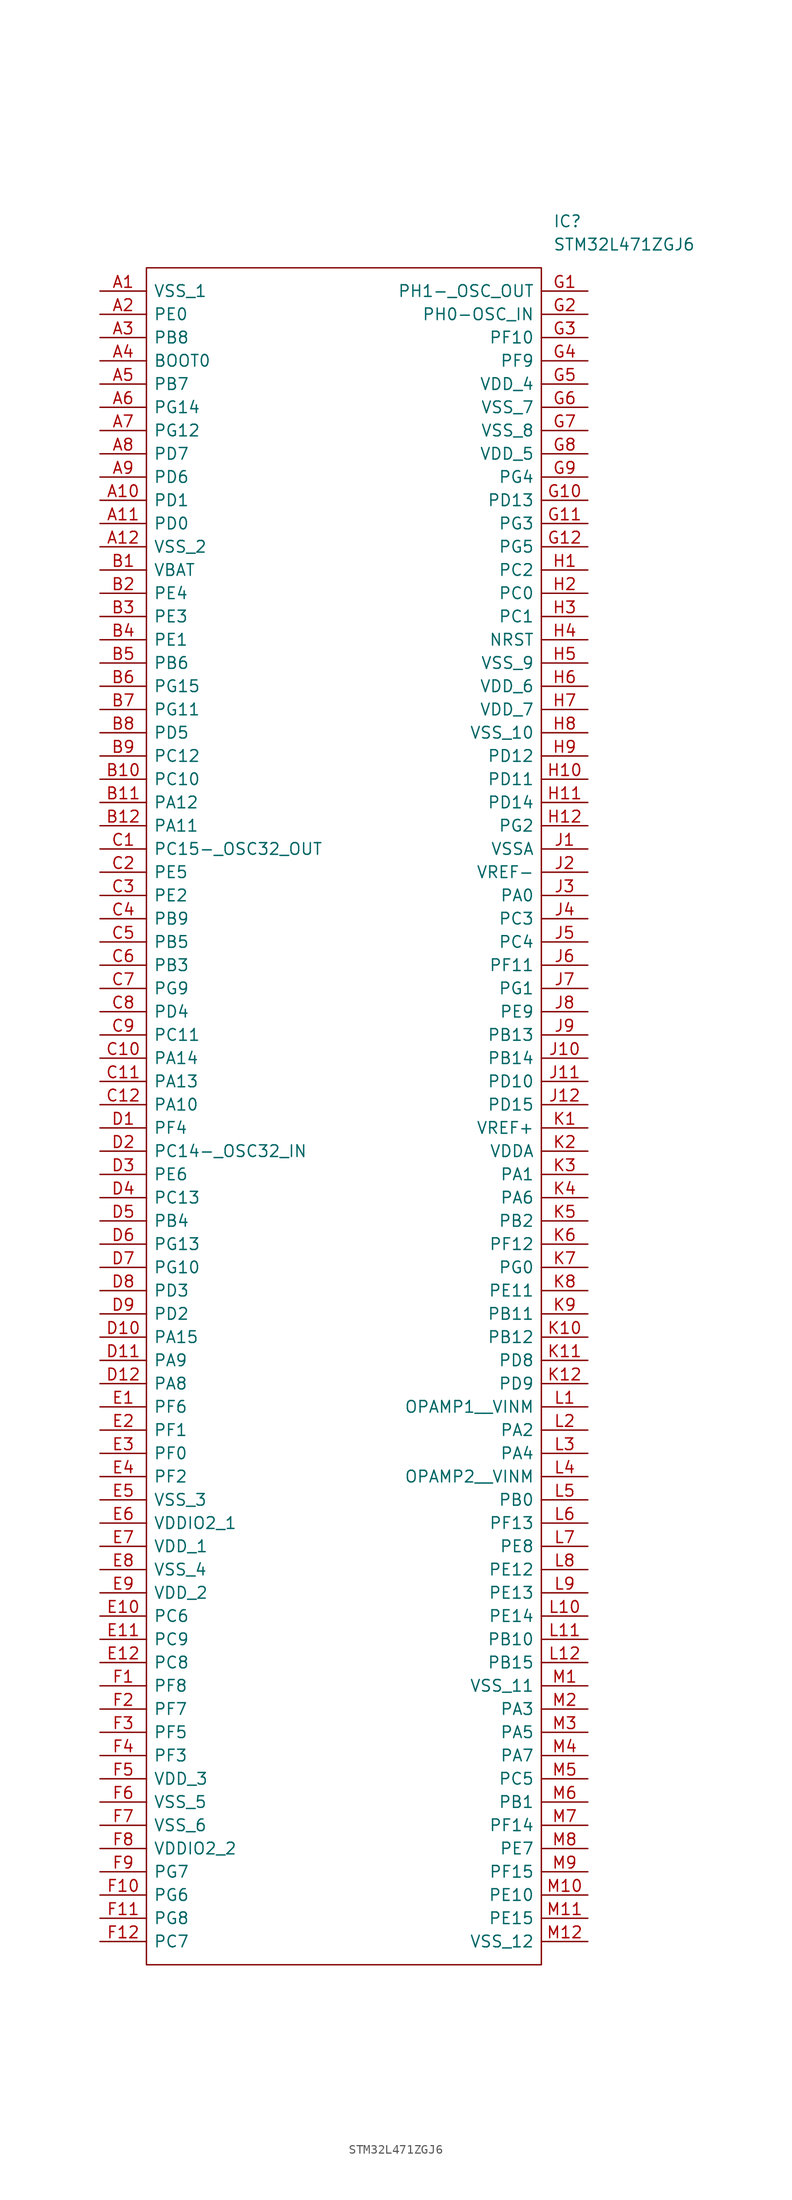
<source format=kicad_sym>
(kicad_symbol_lib
  (version 20211014)
  (generator kicad_symbol_editor)
  (symbol "STM32L471ZGJ6"
    (pin_names
      (offset 0.762))
    (property "Reference" "IC"
      (at 49.53 7.62 0)
      (effects (font (size 1.27 1.27)) (justify left)))
    (property "Value" "STM32L471ZGJ6"
      (at 49.53 5.08 0)
      (effects (font (size 1.27 1.27)) (justify left)))
    (symbol "STM32L471ZGJ6_0_0"
      (pin passive line (at 0 0 0) (length 5.08) (name "VSS_1" (effects (font (size 1.27 1.27)))) (number "A1" (effects (font (size 1.27 1.27)))))
      (pin passive line (at 0 -22.86 0) (length 5.08) (name "PD1" (effects (font (size 1.27 1.27)))) (number "A10" (effects (font (size 1.27 1.27)))))
      (pin passive line (at 0 -25.4 0) (length 5.08) (name "PD0" (effects (font (size 1.27 1.27)))) (number "A11" (effects (font (size 1.27 1.27)))))
      (pin passive line (at 0 -27.94 0) (length 5.08) (name "VSS_2" (effects (font (size 1.27 1.27)))) (number "A12" (effects (font (size 1.27 1.27)))))
      (pin passive line (at 0 -2.54 0) (length 5.08) (name "PE0" (effects (font (size 1.27 1.27)))) (number "A2" (effects (font (size 1.27 1.27)))))
      (pin passive line (at 0 -5.08 0) (length 5.08) (name "PB8" (effects (font (size 1.27 1.27)))) (number "A3" (effects (font (size 1.27 1.27)))))
      (pin passive line (at 0 -7.62 0) (length 5.08) (name "BOOT0" (effects (font (size 1.27 1.27)))) (number "A4" (effects (font (size 1.27 1.27)))))
      (pin passive line (at 0 -10.16 0) (length 5.08) (name "PB7" (effects (font (size 1.27 1.27)))) (number "A5" (effects (font (size 1.27 1.27)))))
      (pin passive line (at 0 -12.7 0) (length 5.08) (name "PG14" (effects (font (size 1.27 1.27)))) (number "A6" (effects (font (size 1.27 1.27)))))
      (pin passive line (at 0 -15.24 0) (length 5.08) (name "PG12" (effects (font (size 1.27 1.27)))) (number "A7" (effects (font (size 1.27 1.27)))))
      (pin passive line (at 0 -17.78 0) (length 5.08) (name "PD7" (effects (font (size 1.27 1.27)))) (number "A8" (effects (font (size 1.27 1.27)))))
      (pin passive line (at 0 -20.32 0) (length 5.08) (name "PD6" (effects (font (size 1.27 1.27)))) (number "A9" (effects (font (size 1.27 1.27)))))
      (pin passive line (at 0 -30.48 0) (length 5.08) (name "VBAT" (effects (font (size 1.27 1.27)))) (number "B1" (effects (font (size 1.27 1.27)))))
      (pin passive line (at 0 -53.34 0) (length 5.08) (name "PC10" (effects (font (size 1.27 1.27)))) (number "B10" (effects (font (size 1.27 1.27)))))
      (pin passive line (at 0 -55.88 0) (length 5.08) (name "PA12" (effects (font (size 1.27 1.27)))) (number "B11" (effects (font (size 1.27 1.27)))))
      (pin passive line (at 0 -58.42 0) (length 5.08) (name "PA11" (effects (font (size 1.27 1.27)))) (number "B12" (effects (font (size 1.27 1.27)))))
      (pin passive line (at 0 -33.02 0) (length 5.08) (name "PE4" (effects (font (size 1.27 1.27)))) (number "B2" (effects (font (size 1.27 1.27)))))
      (pin passive line (at 0 -35.56 0) (length 5.08) (name "PE3" (effects (font (size 1.27 1.27)))) (number "B3" (effects (font (size 1.27 1.27)))))
      (pin passive line (at 0 -38.1 0) (length 5.08) (name "PE1" (effects (font (size 1.27 1.27)))) (number "B4" (effects (font (size 1.27 1.27)))))
      (pin passive line (at 0 -40.64 0) (length 5.08) (name "PB6" (effects (font (size 1.27 1.27)))) (number "B5" (effects (font (size 1.27 1.27)))))
      (pin passive line (at 0 -43.18 0) (length 5.08) (name "PG15" (effects (font (size 1.27 1.27)))) (number "B6" (effects (font (size 1.27 1.27)))))
      (pin passive line (at 0 -45.72 0) (length 5.08) (name "PG11" (effects (font (size 1.27 1.27)))) (number "B7" (effects (font (size 1.27 1.27)))))
      (pin passive line (at 0 -48.26 0) (length 5.08) (name "PD5" (effects (font (size 1.27 1.27)))) (number "B8" (effects (font (size 1.27 1.27)))))
      (pin passive line (at 0 -50.8 0) (length 5.08) (name "PC12" (effects (font (size 1.27 1.27)))) (number "B9" (effects (font (size 1.27 1.27)))))
      (pin passive line (at 0 -60.96 0) (length 5.08) (name "PC15-_OSC32_OUT" (effects (font (size 1.27 1.27)))) (number "C1" (effects (font (size 1.27 1.27)))))
      (pin passive line (at 0 -83.82 0) (length 5.08) (name "PA14" (effects (font (size 1.27 1.27)))) (number "C10" (effects (font (size 1.27 1.27)))))
      (pin passive line (at 0 -86.36 0) (length 5.08) (name "PA13" (effects (font (size 1.27 1.27)))) (number "C11" (effects (font (size 1.27 1.27)))))
      (pin passive line (at 0 -88.9 0) (length 5.08) (name "PA10" (effects (font (size 1.27 1.27)))) (number "C12" (effects (font (size 1.27 1.27)))))
      (pin passive line (at 0 -63.5 0) (length 5.08) (name "PE5" (effects (font (size 1.27 1.27)))) (number "C2" (effects (font (size 1.27 1.27)))))
      (pin passive line (at 0 -66.04 0) (length 5.08) (name "PE2" (effects (font (size 1.27 1.27)))) (number "C3" (effects (font (size 1.27 1.27)))))
      (pin passive line (at 0 -68.58 0) (length 5.08) (name "PB9" (effects (font (size 1.27 1.27)))) (number "C4" (effects (font (size 1.27 1.27)))))
      (pin passive line (at 0 -71.12 0) (length 5.08) (name "PB5" (effects (font (size 1.27 1.27)))) (number "C5" (effects (font (size 1.27 1.27)))))
      (pin passive line (at 0 -73.66 0) (length 5.08) (name "PB3" (effects (font (size 1.27 1.27)))) (number "C6" (effects (font (size 1.27 1.27)))))
      (pin passive line (at 0 -76.2 0) (length 5.08) (name "PG9" (effects (font (size 1.27 1.27)))) (number "C7" (effects (font (size 1.27 1.27)))))
      (pin passive line (at 0 -78.74 0) (length 5.08) (name "PD4" (effects (font (size 1.27 1.27)))) (number "C8" (effects (font (size 1.27 1.27)))))
      (pin passive line (at 0 -81.28 0) (length 5.08) (name "PC11" (effects (font (size 1.27 1.27)))) (number "C9" (effects (font (size 1.27 1.27)))))
      (pin passive line (at 0 -91.44 0) (length 5.08) (name "PF4" (effects (font (size 1.27 1.27)))) (number "D1" (effects (font (size 1.27 1.27)))))
      (pin passive line (at 0 -114.3 0) (length 5.08) (name "PA15" (effects (font (size 1.27 1.27)))) (number "D10" (effects (font (size 1.27 1.27)))))
      (pin passive line (at 0 -116.84 0) (length 5.08) (name "PA9" (effects (font (size 1.27 1.27)))) (number "D11" (effects (font (size 1.27 1.27)))))
      (pin passive line (at 0 -119.38 0) (length 5.08) (name "PA8" (effects (font (size 1.27 1.27)))) (number "D12" (effects (font (size 1.27 1.27)))))
      (pin passive line (at 0 -93.98 0) (length 5.08) (name "PC14-_OSC32_IN" (effects (font (size 1.27 1.27)))) (number "D2" (effects (font (size 1.27 1.27)))))
      (pin passive line (at 0 -96.52 0) (length 5.08) (name "PE6" (effects (font (size 1.27 1.27)))) (number "D3" (effects (font (size 1.27 1.27)))))
      (pin passive line (at 0 -99.06 0) (length 5.08) (name "PC13" (effects (font (size 1.27 1.27)))) (number "D4" (effects (font (size 1.27 1.27)))))
      (pin passive line (at 0 -101.6 0) (length 5.08) (name "PB4" (effects (font (size 1.27 1.27)))) (number "D5" (effects (font (size 1.27 1.27)))))
      (pin passive line (at 0 -104.14 0) (length 5.08) (name "PG13" (effects (font (size 1.27 1.27)))) (number "D6" (effects (font (size 1.27 1.27)))))
      (pin passive line (at 0 -106.68 0) (length 5.08) (name "PG10" (effects (font (size 1.27 1.27)))) (number "D7" (effects (font (size 1.27 1.27)))))
      (pin passive line (at 0 -109.22 0) (length 5.08) (name "PD3" (effects (font (size 1.27 1.27)))) (number "D8" (effects (font (size 1.27 1.27)))))
      (pin passive line (at 0 -111.76 0) (length 5.08) (name "PD2" (effects (font (size 1.27 1.27)))) (number "D9" (effects (font (size 1.27 1.27)))))
      (pin passive line (at 0 -121.92 0) (length 5.08) (name "PF6" (effects (font (size 1.27 1.27)))) (number "E1" (effects (font (size 1.27 1.27)))))
      (pin passive line (at 0 -144.78 0) (length 5.08) (name "PC6" (effects (font (size 1.27 1.27)))) (number "E10" (effects (font (size 1.27 1.27)))))
      (pin passive line (at 0 -147.32 0) (length 5.08) (name "PC9" (effects (font (size 1.27 1.27)))) (number "E11" (effects (font (size 1.27 1.27)))))
      (pin passive line (at 0 -149.86 0) (length 5.08) (name "PC8" (effects (font (size 1.27 1.27)))) (number "E12" (effects (font (size 1.27 1.27)))))
      (pin passive line (at 0 -124.46 0) (length 5.08) (name "PF1" (effects (font (size 1.27 1.27)))) (number "E2" (effects (font (size 1.27 1.27)))))
      (pin passive line (at 0 -127 0) (length 5.08) (name "PF0" (effects (font (size 1.27 1.27)))) (number "E3" (effects (font (size 1.27 1.27)))))
      (pin passive line (at 0 -129.54 0) (length 5.08) (name "PF2" (effects (font (size 1.27 1.27)))) (number "E4" (effects (font (size 1.27 1.27)))))
      (pin passive line (at 0 -132.08 0) (length 5.08) (name "VSS_3" (effects (font (size 1.27 1.27)))) (number "E5" (effects (font (size 1.27 1.27)))))
      (pin passive line (at 0 -134.62 0) (length 5.08) (name "VDDIO2_1" (effects (font (size 1.27 1.27)))) (number "E6" (effects (font (size 1.27 1.27)))))
      (pin passive line (at 0 -137.16 0) (length 5.08) (name "VDD_1" (effects (font (size 1.27 1.27)))) (number "E7" (effects (font (size 1.27 1.27)))))
      (pin passive line (at 0 -139.7 0) (length 5.08) (name "VSS_4" (effects (font (size 1.27 1.27)))) (number "E8" (effects (font (size 1.27 1.27)))))
      (pin passive line (at 0 -142.24 0) (length 5.08) (name "VDD_2" (effects (font (size 1.27 1.27)))) (number "E9" (effects (font (size 1.27 1.27)))))
      (pin passive line (at 0 -152.4 0) (length 5.08) (name "PF8" (effects (font (size 1.27 1.27)))) (number "F1" (effects (font (size 1.27 1.27)))))
      (pin passive line (at 0 -175.26 0) (length 5.08) (name "PG6" (effects (font (size 1.27 1.27)))) (number "F10" (effects (font (size 1.27 1.27)))))
      (pin passive line (at 0 -177.8 0) (length 5.08) (name "PG8" (effects (font (size 1.27 1.27)))) (number "F11" (effects (font (size 1.27 1.27)))))
      (pin passive line (at 0 -180.34 0) (length 5.08) (name "PC7" (effects (font (size 1.27 1.27)))) (number "F12" (effects (font (size 1.27 1.27)))))
      (pin passive line (at 0 -154.94 0) (length 5.08) (name "PF7" (effects (font (size 1.27 1.27)))) (number "F2" (effects (font (size 1.27 1.27)))))
      (pin passive line (at 0 -157.48 0) (length 5.08) (name "PF5" (effects (font (size 1.27 1.27)))) (number "F3" (effects (font (size 1.27 1.27)))))
      (pin passive line (at 0 -160.02 0) (length 5.08) (name "PF3" (effects (font (size 1.27 1.27)))) (number "F4" (effects (font (size 1.27 1.27)))))
      (pin passive line (at 0 -162.56 0) (length 5.08) (name "VDD_3" (effects (font (size 1.27 1.27)))) (number "F5" (effects (font (size 1.27 1.27)))))
      (pin passive line (at 0 -165.1 0) (length 5.08) (name "VSS_5" (effects (font (size 1.27 1.27)))) (number "F6" (effects (font (size 1.27 1.27)))))
      (pin passive line (at 0 -167.64 0) (length 5.08) (name "VSS_6" (effects (font (size 1.27 1.27)))) (number "F7" (effects (font (size 1.27 1.27)))))
      (pin passive line (at 0 -170.18 0) (length 5.08) (name "VDDIO2_2" (effects (font (size 1.27 1.27)))) (number "F8" (effects (font (size 1.27 1.27)))))
      (pin passive line (at 0 -172.72 0) (length 5.08) (name "PG7" (effects (font (size 1.27 1.27)))) (number "F9" (effects (font (size 1.27 1.27)))))
      (pin passive line (at 53.34 0 180) (length 5.08) (name "PH1-_OSC_OUT" (effects (font (size 1.27 1.27)))) (number "G1" (effects (font (size 1.27 1.27)))))
      (pin passive line (at 53.34 -22.86 180) (length 5.08) (name "PD13" (effects (font (size 1.27 1.27)))) (number "G10" (effects (font (size 1.27 1.27)))))
      (pin passive line (at 53.34 -25.4 180) (length 5.08) (name "PG3" (effects (font (size 1.27 1.27)))) (number "G11" (effects (font (size 1.27 1.27)))))
      (pin passive line (at 53.34 -27.94 180) (length 5.08) (name "PG5" (effects (font (size 1.27 1.27)))) (number "G12" (effects (font (size 1.27 1.27)))))
      (pin passive line (at 53.34 -2.54 180) (length 5.08) (name "PH0-OSC_IN" (effects (font (size 1.27 1.27)))) (number "G2" (effects (font (size 1.27 1.27)))))
      (pin passive line (at 53.34 -5.08 180) (length 5.08) (name "PF10" (effects (font (size 1.27 1.27)))) (number "G3" (effects (font (size 1.27 1.27)))))
      (pin passive line (at 53.34 -7.62 180) (length 5.08) (name "PF9" (effects (font (size 1.27 1.27)))) (number "G4" (effects (font (size 1.27 1.27)))))
      (pin passive line (at 53.34 -10.16 180) (length 5.08) (name "VDD_4" (effects (font (size 1.27 1.27)))) (number "G5" (effects (font (size 1.27 1.27)))))
      (pin passive line (at 53.34 -12.7 180) (length 5.08) (name "VSS_7" (effects (font (size 1.27 1.27)))) (number "G6" (effects (font (size 1.27 1.27)))))
      (pin passive line (at 53.34 -15.24 180) (length 5.08) (name "VSS_8" (effects (font (size 1.27 1.27)))) (number "G7" (effects (font (size 1.27 1.27)))))
      (pin passive line (at 53.34 -17.78 180) (length 5.08) (name "VDD_5" (effects (font (size 1.27 1.27)))) (number "G8" (effects (font (size 1.27 1.27)))))
      (pin passive line (at 53.34 -20.32 180) (length 5.08) (name "PG4" (effects (font (size 1.27 1.27)))) (number "G9" (effects (font (size 1.27 1.27)))))
      (pin passive line (at 53.34 -30.48 180) (length 5.08) (name "PC2" (effects (font (size 1.27 1.27)))) (number "H1" (effects (font (size 1.27 1.27)))))
      (pin passive line (at 53.34 -53.34 180) (length 5.08) (name "PD11" (effects (font (size 1.27 1.27)))) (number "H10" (effects (font (size 1.27 1.27)))))
      (pin passive line (at 53.34 -55.88 180) (length 5.08) (name "PD14" (effects (font (size 1.27 1.27)))) (number "H11" (effects (font (size 1.27 1.27)))))
      (pin passive line (at 53.34 -58.42 180) (length 5.08) (name "PG2" (effects (font (size 1.27 1.27)))) (number "H12" (effects (font (size 1.27 1.27)))))
      (pin passive line (at 53.34 -33.02 180) (length 5.08) (name "PC0" (effects (font (size 1.27 1.27)))) (number "H2" (effects (font (size 1.27 1.27)))))
      (pin passive line (at 53.34 -35.56 180) (length 5.08) (name "PC1" (effects (font (size 1.27 1.27)))) (number "H3" (effects (font (size 1.27 1.27)))))
      (pin passive line (at 53.34 -38.1 180) (length 5.08) (name "NRST" (effects (font (size 1.27 1.27)))) (number "H4" (effects (font (size 1.27 1.27)))))
      (pin passive line (at 53.34 -40.64 180) (length 5.08) (name "VSS_9" (effects (font (size 1.27 1.27)))) (number "H5" (effects (font (size 1.27 1.27)))))
      (pin passive line (at 53.34 -43.18 180) (length 5.08) (name "VDD_6" (effects (font (size 1.27 1.27)))) (number "H6" (effects (font (size 1.27 1.27)))))
      (pin passive line (at 53.34 -45.72 180) (length 5.08) (name "VDD_7" (effects (font (size 1.27 1.27)))) (number "H7" (effects (font (size 1.27 1.27)))))
      (pin passive line (at 53.34 -48.26 180) (length 5.08) (name "VSS_10" (effects (font (size 1.27 1.27)))) (number "H8" (effects (font (size 1.27 1.27)))))
      (pin passive line (at 53.34 -50.8 180) (length 5.08) (name "PD12" (effects (font (size 1.27 1.27)))) (number "H9" (effects (font (size 1.27 1.27)))))
      (pin passive line (at 53.34 -60.96 180) (length 5.08) (name "VSSA" (effects (font (size 1.27 1.27)))) (number "J1" (effects (font (size 1.27 1.27)))))
      (pin passive line (at 53.34 -83.82 180) (length 5.08) (name "PB14" (effects (font (size 1.27 1.27)))) (number "J10" (effects (font (size 1.27 1.27)))))
      (pin passive line (at 53.34 -86.36 180) (length 5.08) (name "PD10" (effects (font (size 1.27 1.27)))) (number "J11" (effects (font (size 1.27 1.27)))))
      (pin passive line (at 53.34 -88.9 180) (length 5.08) (name "PD15" (effects (font (size 1.27 1.27)))) (number "J12" (effects (font (size 1.27 1.27)))))
      (pin passive line (at 53.34 -63.5 180) (length 5.08) (name "VREF-" (effects (font (size 1.27 1.27)))) (number "J2" (effects (font (size 1.27 1.27)))))
      (pin passive line (at 53.34 -66.04 180) (length 5.08) (name "PA0" (effects (font (size 1.27 1.27)))) (number "J3" (effects (font (size 1.27 1.27)))))
      (pin passive line (at 53.34 -68.58 180) (length 5.08) (name "PC3" (effects (font (size 1.27 1.27)))) (number "J4" (effects (font (size 1.27 1.27)))))
      (pin passive line (at 53.34 -71.12 180) (length 5.08) (name "PC4" (effects (font (size 1.27 1.27)))) (number "J5" (effects (font (size 1.27 1.27)))))
      (pin passive line (at 53.34 -73.66 180) (length 5.08) (name "PF11" (effects (font (size 1.27 1.27)))) (number "J6" (effects (font (size 1.27 1.27)))))
      (pin passive line (at 53.34 -76.2 180) (length 5.08) (name "PG1" (effects (font (size 1.27 1.27)))) (number "J7" (effects (font (size 1.27 1.27)))))
      (pin passive line (at 53.34 -78.74 180) (length 5.08) (name "PE9" (effects (font (size 1.27 1.27)))) (number "J8" (effects (font (size 1.27 1.27)))))
      (pin passive line (at 53.34 -81.28 180) (length 5.08) (name "PB13" (effects (font (size 1.27 1.27)))) (number "J9" (effects (font (size 1.27 1.27)))))
      (pin passive line (at 53.34 -91.44 180) (length 5.08) (name "VREF+" (effects (font (size 1.27 1.27)))) (number "K1" (effects (font (size 1.27 1.27)))))
      (pin passive line (at 53.34 -114.3 180) (length 5.08) (name "PB12" (effects (font (size 1.27 1.27)))) (number "K10" (effects (font (size 1.27 1.27)))))
      (pin passive line (at 53.34 -116.84 180) (length 5.08) (name "PD8" (effects (font (size 1.27 1.27)))) (number "K11" (effects (font (size 1.27 1.27)))))
      (pin passive line (at 53.34 -119.38 180) (length 5.08) (name "PD9" (effects (font (size 1.27 1.27)))) (number "K12" (effects (font (size 1.27 1.27)))))
      (pin passive line (at 53.34 -93.98 180) (length 5.08) (name "VDDA" (effects (font (size 1.27 1.27)))) (number "K2" (effects (font (size 1.27 1.27)))))
      (pin passive line (at 53.34 -96.52 180) (length 5.08) (name "PA1" (effects (font (size 1.27 1.27)))) (number "K3" (effects (font (size 1.27 1.27)))))
      (pin passive line (at 53.34 -99.06 180) (length 5.08) (name "PA6" (effects (font (size 1.27 1.27)))) (number "K4" (effects (font (size 1.27 1.27)))))
      (pin passive line (at 53.34 -101.6 180) (length 5.08) (name "PB2" (effects (font (size 1.27 1.27)))) (number "K5" (effects (font (size 1.27 1.27)))))
      (pin passive line (at 53.34 -104.14 180) (length 5.08) (name "PF12" (effects (font (size 1.27 1.27)))) (number "K6" (effects (font (size 1.27 1.27)))))
      (pin passive line (at 53.34 -106.68 180) (length 5.08) (name "PG0" (effects (font (size 1.27 1.27)))) (number "K7" (effects (font (size 1.27 1.27)))))
      (pin passive line (at 53.34 -109.22 180) (length 5.08) (name "PE11" (effects (font (size 1.27 1.27)))) (number "K8" (effects (font (size 1.27 1.27)))))
      (pin passive line (at 53.34 -111.76 180) (length 5.08) (name "PB11" (effects (font (size 1.27 1.27)))) (number "K9" (effects (font (size 1.27 1.27)))))
      (pin passive line (at 53.34 -121.92 180) (length 5.08) (name "OPAMP1__VINM" (effects (font (size 1.27 1.27)))) (number "L1" (effects (font (size 1.27 1.27)))))
      (pin passive line (at 53.34 -144.78 180) (length 5.08) (name "PE14" (effects (font (size 1.27 1.27)))) (number "L10" (effects (font (size 1.27 1.27)))))
      (pin passive line (at 53.34 -147.32 180) (length 5.08) (name "PB10" (effects (font (size 1.27 1.27)))) (number "L11" (effects (font (size 1.27 1.27)))))
      (pin passive line (at 53.34 -149.86 180) (length 5.08) (name "PB15" (effects (font (size 1.27 1.27)))) (number "L12" (effects (font (size 1.27 1.27)))))
      (pin passive line (at 53.34 -124.46 180) (length 5.08) (name "PA2" (effects (font (size 1.27 1.27)))) (number "L2" (effects (font (size 1.27 1.27)))))
      (pin passive line (at 53.34 -127 180) (length 5.08) (name "PA4" (effects (font (size 1.27 1.27)))) (number "L3" (effects (font (size 1.27 1.27)))))
      (pin passive line (at 53.34 -129.54 180) (length 5.08) (name "OPAMP2__VINM" (effects (font (size 1.27 1.27)))) (number "L4" (effects (font (size 1.27 1.27)))))
      (pin passive line (at 53.34 -132.08 180) (length 5.08) (name "PB0" (effects (font (size 1.27 1.27)))) (number "L5" (effects (font (size 1.27 1.27)))))
      (pin passive line (at 53.34 -134.62 180) (length 5.08) (name "PF13" (effects (font (size 1.27 1.27)))) (number "L6" (effects (font (size 1.27 1.27)))))
      (pin passive line (at 53.34 -137.16 180) (length 5.08) (name "PE8" (effects (font (size 1.27 1.27)))) (number "L7" (effects (font (size 1.27 1.27)))))
      (pin passive line (at 53.34 -139.7 180) (length 5.08) (name "PE12" (effects (font (size 1.27 1.27)))) (number "L8" (effects (font (size 1.27 1.27)))))
      (pin passive line (at 53.34 -142.24 180) (length 5.08) (name "PE13" (effects (font (size 1.27 1.27)))) (number "L9" (effects (font (size 1.27 1.27)))))
      (pin passive line (at 53.34 -152.4 180) (length 5.08) (name "VSS_11" (effects (font (size 1.27 1.27)))) (number "M1" (effects (font (size 1.27 1.27)))))
      (pin passive line (at 53.34 -175.26 180) (length 5.08) (name "PE10" (effects (font (size 1.27 1.27)))) (number "M10" (effects (font (size 1.27 1.27)))))
      (pin passive line (at 53.34 -177.8 180) (length 5.08) (name "PE15" (effects (font (size 1.27 1.27)))) (number "M11" (effects (font (size 1.27 1.27)))))
      (pin passive line (at 53.34 -180.34 180) (length 5.08) (name "VSS_12" (effects (font (size 1.27 1.27)))) (number "M12" (effects (font (size 1.27 1.27)))))
      (pin passive line (at 53.34 -154.94 180) (length 5.08) (name "PA3" (effects (font (size 1.27 1.27)))) (number "M2" (effects (font (size 1.27 1.27)))))
      (pin passive line (at 53.34 -157.48 180) (length 5.08) (name "PA5" (effects (font (size 1.27 1.27)))) (number "M3" (effects (font (size 1.27 1.27)))))
      (pin passive line (at 53.34 -160.02 180) (length 5.08) (name "PA7" (effects (font (size 1.27 1.27)))) (number "M4" (effects (font (size 1.27 1.27)))))
      (pin passive line (at 53.34 -162.56 180) (length 5.08) (name "PC5" (effects (font (size 1.27 1.27)))) (number "M5" (effects (font (size 1.27 1.27)))))
      (pin passive line (at 53.34 -165.1 180) (length 5.08) (name "PB1" (effects (font (size 1.27 1.27)))) (number "M6" (effects (font (size 1.27 1.27)))))
      (pin passive line (at 53.34 -167.64 180) (length 5.08) (name "PF14" (effects (font (size 1.27 1.27)))) (number "M7" (effects (font (size 1.27 1.27)))))
      (pin passive line (at 53.34 -170.18 180) (length 5.08) (name "PE7" (effects (font (size 1.27 1.27)))) (number "M8" (effects (font (size 1.27 1.27)))))
      (pin passive line (at 53.34 -172.72 180) (length 5.08) (name "PF15" (effects (font (size 1.27 1.27)))) (number "M9" (effects (font (size 1.27 1.27))))))
    (symbol "STM32L471ZGJ6_0_1"
      (polyline (pts (xy 5.08 2.54) (xy 48.26 2.54) (xy 48.26 -182.88) (xy 5.08 -182.88) (xy 5.08 2.54)) (stroke (width 0.152) (type default) (color 0 0 0 0)) (fill (type none))))))
</source>
